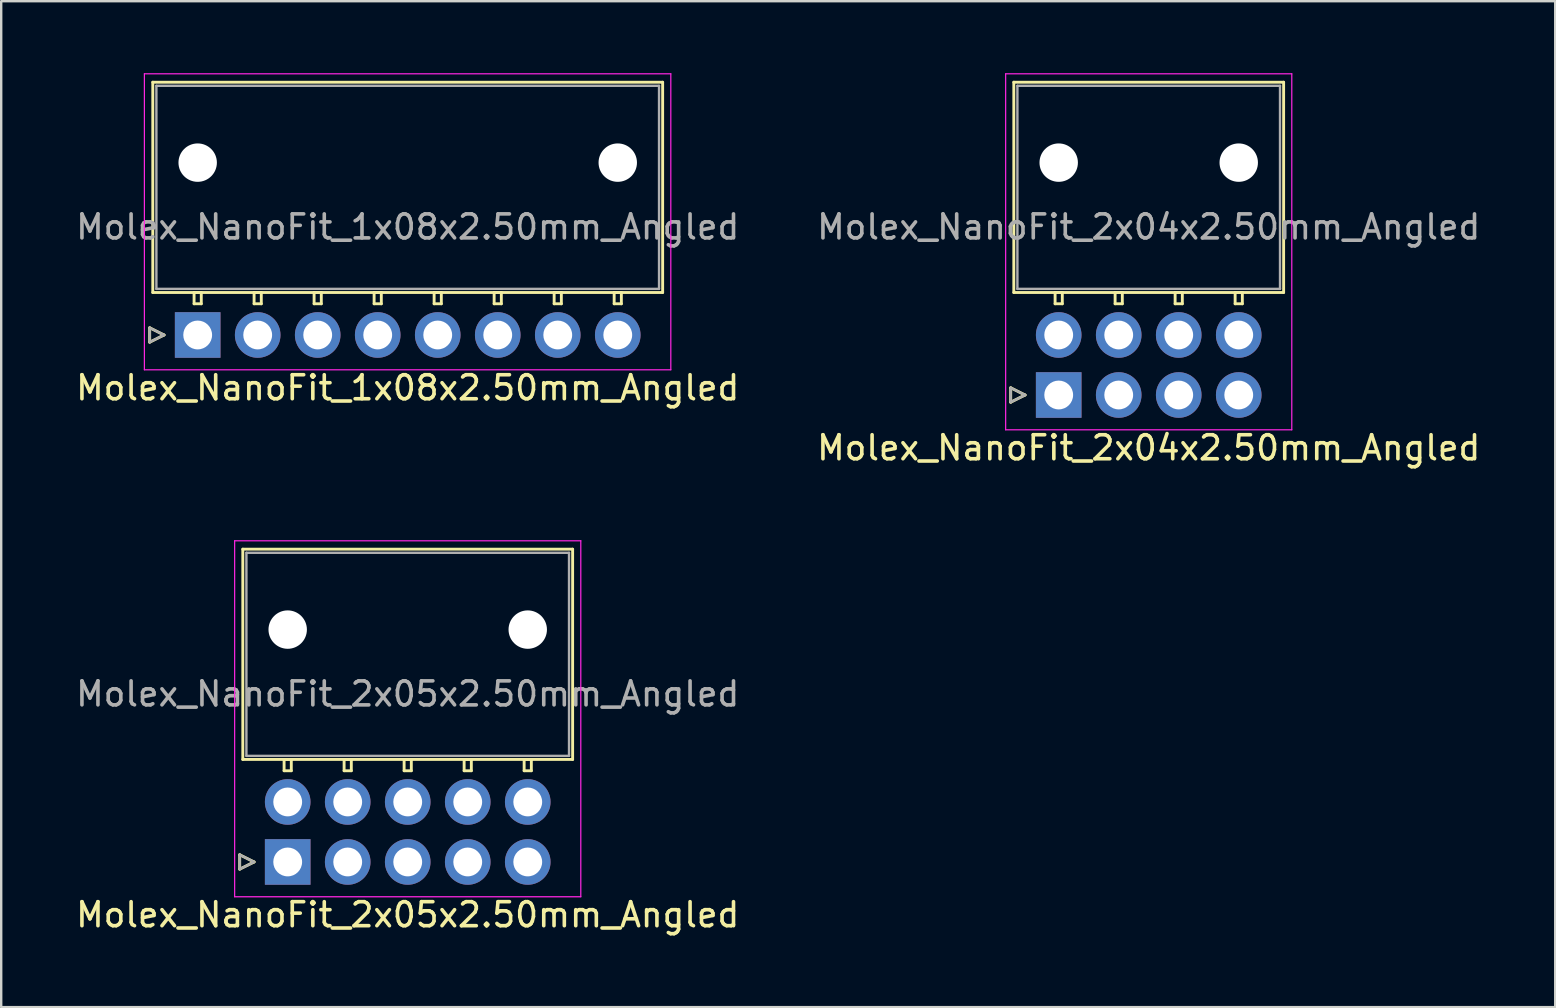
<source format=kicad_pcb>
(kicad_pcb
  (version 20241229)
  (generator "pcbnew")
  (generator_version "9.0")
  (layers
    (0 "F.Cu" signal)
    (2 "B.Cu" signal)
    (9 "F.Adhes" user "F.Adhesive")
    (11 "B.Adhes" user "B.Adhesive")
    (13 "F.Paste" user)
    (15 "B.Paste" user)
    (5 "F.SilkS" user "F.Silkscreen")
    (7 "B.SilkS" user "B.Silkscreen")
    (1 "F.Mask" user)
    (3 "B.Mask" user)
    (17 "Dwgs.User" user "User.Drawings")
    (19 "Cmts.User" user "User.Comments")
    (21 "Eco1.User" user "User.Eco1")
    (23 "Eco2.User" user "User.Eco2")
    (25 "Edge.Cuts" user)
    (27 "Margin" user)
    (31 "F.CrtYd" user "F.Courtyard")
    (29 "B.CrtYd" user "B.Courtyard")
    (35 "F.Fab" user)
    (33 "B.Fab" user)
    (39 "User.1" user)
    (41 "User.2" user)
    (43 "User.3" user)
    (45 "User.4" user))
  (footprint "Molex_NanoFit_2x04x2.50mm_Angled"
    (layer "F.Cu")
    (at 41.054 13.405)
    (property "Reference" "Molex_NanoFit_2x04x2.50mm_Angled" (at 3.75 2.2 0) (layer "F.SilkS") (effects (font (size 1 1) (thickness 0.15))))
    (attr through_hole)
    (fp_line (start -2 -0.3) (end -1.4 0) (stroke (width 0.12) (type solid)) (layer "F.SilkS"))
    (fp_line (start -2 0.3) (end -2 -0.3) (stroke (width 0.12) (type solid)) (layer "F.SilkS"))
    (fp_line (start -1.87 -13.03) (end -1.87 -4.27) (stroke (width 0.12) (type solid)) (layer "F.SilkS"))
    (fp_line (start -1.87 -4.27) (end 9.37 -4.27) (stroke (width 0.12) (type solid)) (layer "F.SilkS"))
    (fp_line (start -1.4 0) (end -2 0.3) (stroke (width 0.12) (type solid)) (layer "F.SilkS"))
    (fp_line (start -0.15 -4.27) (end -0.15 -3.8) (stroke (width 0.12) (type solid)) (layer "F.SilkS"))
    (fp_line (start -0.15 -3.8) (end 0.15 -3.8) (stroke (width 0.12) (type solid)) (layer "F.SilkS"))
    (fp_line (start 0.15 -4.27) (end -0.15 -4.27) (stroke (width 0.12) (type solid)) (layer "F.SilkS"))
    (fp_line (start 0.15 -3.8) (end 0.15 -4.27) (stroke (width 0.12) (type solid)) (layer "F.SilkS"))
    (fp_line (start 2.35 -4.27) (end 2.35 -3.8) (stroke (width 0.12) (type solid)) (layer "F.SilkS"))
    (fp_line (start 2.35 -3.8) (end 2.65 -3.8) (stroke (width 0.12) (type solid)) (layer "F.SilkS"))
    (fp_line (start 2.65 -4.27) (end 2.35 -4.27) (stroke (width 0.12) (type solid)) (layer "F.SilkS"))
    (fp_line (start 2.65 -3.8) (end 2.65 -4.27) (stroke (width 0.12) (type solid)) (layer "F.SilkS"))
    (fp_line (start 4.85 -4.27) (end 4.85 -3.8) (stroke (width 0.12) (type solid)) (layer "F.SilkS"))
    (fp_line (start 4.85 -3.8) (end 5.15 -3.8) (stroke (width 0.12) (type solid)) (layer "F.SilkS"))
    (fp_line (start 5.15 -4.27) (end 4.85 -4.27) (stroke (width 0.12) (type solid)) (layer "F.SilkS"))
    (fp_line (start 5.15 -3.8) (end 5.15 -4.27) (stroke (width 0.12) (type solid)) (layer "F.SilkS"))
    (fp_line (start 7.35 -4.27) (end 7.35 -3.8) (stroke (width 0.12) (type solid)) (layer "F.SilkS"))
    (fp_line (start 7.35 -3.8) (end 7.65 -3.8) (stroke (width 0.12) (type solid)) (layer "F.SilkS"))
    (fp_line (start 7.65 -4.27) (end 7.35 -4.27) (stroke (width 0.12) (type solid)) (layer "F.SilkS"))
    (fp_line (start 7.65 -3.8) (end 7.65 -4.27) (stroke (width 0.12) (type solid)) (layer "F.SilkS"))
    (fp_line (start 9.37 -13.03) (end -1.87 -13.03) (stroke (width 0.12) (type solid)) (layer "F.SilkS"))
    (fp_line (start 9.37 -4.27) (end 9.37 -13.03) (stroke (width 0.12) (type solid)) (layer "F.SilkS"))
    (fp_line (start -2.21 -13.38) (end -2.21 1.45) (stroke (width 0.05) (type solid)) (layer "F.CrtYd"))
    (fp_line (start -2.21 1.45) (end 9.71 1.45) (stroke (width 0.05) (type solid)) (layer "F.CrtYd"))
    (fp_line (start 9.71 -13.38) (end -2.21 -13.38) (stroke (width 0.05) (type solid)) (layer "F.CrtYd"))
    (fp_line (start 9.71 1.45) (end 9.71 -13.38) (stroke (width 0.05) (type solid)) (layer "F.CrtYd"))
    (fp_line (start -2 -0.3) (end -1.4 0) (stroke (width 0.1) (type solid)) (layer "F.Fab"))
    (fp_line (start -2 0.3) (end -2 -0.3) (stroke (width 0.1) (type solid)) (layer "F.Fab"))
    (fp_line (start -1.72 -12.88) (end -1.72 -4.42) (stroke (width 0.1) (type solid)) (layer "F.Fab"))
    (fp_line (start -1.72 -4.42) (end 9.22 -4.42) (stroke (width 0.1) (type solid)) (layer "F.Fab"))
    (fp_line (start -1.4 0) (end -2 0.3) (stroke (width 0.1) (type solid)) (layer "F.Fab"))
    (fp_line (start 9.22 -12.88) (end -1.72 -12.88) (stroke (width 0.1) (type solid)) (layer "F.Fab"))
    (fp_line (start 9.22 -4.42) (end 9.22 -12.88) (stroke (width 0.1) (type solid)) (layer "F.Fab"))
    (fp_text user "${REFERENCE}" (at 3.75 -7 0) (layer "F.Fab") (effects (font (size 1 1) (thickness 0.15))))
    (pad "" np_thru_hole circle (at 0 -9.68) (size 1.6 1.6) (drill 1.6) (layers "*.Cu" "*.Mask"))
    (pad "" np_thru_hole circle (at 7.5 -9.68) (size 1.6 1.6) (drill 1.6) (layers "*.Cu" "*.Mask"))
    (pad "1" thru_hole rect (at 0 0) (size 1.9 1.9) (drill 1.2) (layers "*.Cu" "*.Mask"))
    (pad "2" thru_hole circle (at 2.5 0) (size 1.9 1.9) (drill 1.2) (layers "*.Cu" "*.Mask"))
    (pad "3" thru_hole circle (at 5 0) (size 1.9 1.9) (drill 1.2) (layers "*.Cu" "*.Mask"))
    (pad "4" thru_hole circle (at 7.5 0) (size 1.9 1.9) (drill 1.2) (layers "*.Cu" "*.Mask"))
    (pad "5" thru_hole circle (at 0 -2.5) (size 1.9 1.9) (drill 1.2) (layers "*.Cu" "*.Mask"))
    (pad "6" thru_hole circle (at 2.5 -2.5) (size 1.9 1.9) (drill 1.2) (layers "*.Cu" "*.Mask"))
    (pad "7" thru_hole circle (at 5 -2.5) (size 1.9 1.9) (drill 1.2) (layers "*.Cu" "*.Mask"))
    (pad "8" thru_hole circle (at 7.5 -2.5) (size 1.9 1.9) (drill 1.2) (layers "*.Cu" "*.Mask")))
  (footprint "Molex_NanoFit_2x05x2.50mm_Angled"
    (layer "F.Cu")
    (at 8.935 32.858)
    (property "Reference" "Molex_NanoFit_2x05x2.50mm_Angled" (at 5 2.2 0) (layer "F.SilkS") (effects (font (size 1 1) (thickness 0.15))))
    (attr through_hole)
    (fp_line (start -2 -0.3) (end -1.4 0) (stroke (width 0.12) (type solid)) (layer "F.SilkS"))
    (fp_line (start -2 0.3) (end -2 -0.3) (stroke (width 0.12) (type solid)) (layer "F.SilkS"))
    (fp_line (start -1.87 -13.03) (end -1.87 -4.27) (stroke (width 0.12) (type solid)) (layer "F.SilkS"))
    (fp_line (start -1.87 -4.27) (end 11.87 -4.27) (stroke (width 0.12) (type solid)) (layer "F.SilkS"))
    (fp_line (start -1.4 0) (end -2 0.3) (stroke (width 0.12) (type solid)) (layer "F.SilkS"))
    (fp_line (start -0.15 -4.27) (end -0.15 -3.8) (stroke (width 0.12) (type solid)) (layer "F.SilkS"))
    (fp_line (start -0.15 -3.8) (end 0.15 -3.8) (stroke (width 0.12) (type solid)) (layer "F.SilkS"))
    (fp_line (start 0.15 -4.27) (end -0.15 -4.27) (stroke (width 0.12) (type solid)) (layer "F.SilkS"))
    (fp_line (start 0.15 -3.8) (end 0.15 -4.27) (stroke (width 0.12) (type solid)) (layer "F.SilkS"))
    (fp_line (start 2.35 -4.27) (end 2.35 -3.8) (stroke (width 0.12) (type solid)) (layer "F.SilkS"))
    (fp_line (start 2.35 -3.8) (end 2.65 -3.8) (stroke (width 0.12) (type solid)) (layer "F.SilkS"))
    (fp_line (start 2.65 -4.27) (end 2.35 -4.27) (stroke (width 0.12) (type solid)) (layer "F.SilkS"))
    (fp_line (start 2.65 -3.8) (end 2.65 -4.27) (stroke (width 0.12) (type solid)) (layer "F.SilkS"))
    (fp_line (start 4.85 -4.27) (end 4.85 -3.8) (stroke (width 0.12) (type solid)) (layer "F.SilkS"))
    (fp_line (start 4.85 -3.8) (end 5.15 -3.8) (stroke (width 0.12) (type solid)) (layer "F.SilkS"))
    (fp_line (start 5.15 -4.27) (end 4.85 -4.27) (stroke (width 0.12) (type solid)) (layer "F.SilkS"))
    (fp_line (start 5.15 -3.8) (end 5.15 -4.27) (stroke (width 0.12) (type solid)) (layer "F.SilkS"))
    (fp_line (start 7.35 -4.27) (end 7.35 -3.8) (stroke (width 0.12) (type solid)) (layer "F.SilkS"))
    (fp_line (start 7.35 -3.8) (end 7.65 -3.8) (stroke (width 0.12) (type solid)) (layer "F.SilkS"))
    (fp_line (start 7.65 -4.27) (end 7.35 -4.27) (stroke (width 0.12) (type solid)) (layer "F.SilkS"))
    (fp_line (start 7.65 -3.8) (end 7.65 -4.27) (stroke (width 0.12) (type solid)) (layer "F.SilkS"))
    (fp_line (start 9.85 -4.27) (end 9.85 -3.8) (stroke (width 0.12) (type solid)) (layer "F.SilkS"))
    (fp_line (start 9.85 -3.8) (end 10.15 -3.8) (stroke (width 0.12) (type solid)) (layer "F.SilkS"))
    (fp_line (start 10.15 -4.27) (end 9.85 -4.27) (stroke (width 0.12) (type solid)) (layer "F.SilkS"))
    (fp_line (start 10.15 -3.8) (end 10.15 -4.27) (stroke (width 0.12) (type solid)) (layer "F.SilkS"))
    (fp_line (start 11.87 -13.03) (end -1.87 -13.03) (stroke (width 0.12) (type solid)) (layer "F.SilkS"))
    (fp_line (start 11.87 -4.27) (end 11.87 -13.03) (stroke (width 0.12) (type solid)) (layer "F.SilkS"))
    (fp_line (start -2.21 -13.38) (end -2.21 1.45) (stroke (width 0.05) (type solid)) (layer "F.CrtYd"))
    (fp_line (start -2.21 1.45) (end 12.21 1.45) (stroke (width 0.05) (type solid)) (layer "F.CrtYd"))
    (fp_line (start 12.21 -13.38) (end -2.21 -13.38) (stroke (width 0.05) (type solid)) (layer "F.CrtYd"))
    (fp_line (start 12.21 1.45) (end 12.21 -13.38) (stroke (width 0.05) (type solid)) (layer "F.CrtYd"))
    (fp_line (start -2 -0.3) (end -1.4 0) (stroke (width 0.1) (type solid)) (layer "F.Fab"))
    (fp_line (start -2 0.3) (end -2 -0.3) (stroke (width 0.1) (type solid)) (layer "F.Fab"))
    (fp_line (start -1.72 -12.88) (end -1.72 -4.42) (stroke (width 0.1) (type solid)) (layer "F.Fab"))
    (fp_line (start -1.72 -4.42) (end 11.72 -4.42) (stroke (width 0.1) (type solid)) (layer "F.Fab"))
    (fp_line (start -1.4 0) (end -2 0.3) (stroke (width 0.1) (type solid)) (layer "F.Fab"))
    (fp_line (start 11.72 -12.88) (end -1.72 -12.88) (stroke (width 0.1) (type solid)) (layer "F.Fab"))
    (fp_line (start 11.72 -4.42) (end 11.72 -12.88) (stroke (width 0.1) (type solid)) (layer "F.Fab"))
    (fp_text user "${REFERENCE}" (at 5 -7 0) (layer "F.Fab") (effects (font (size 1 1) (thickness 0.15))))
    (pad "" np_thru_hole circle (at 0 -9.68) (size 1.6 1.6) (drill 1.6) (layers "*.Cu" "*.Mask"))
    (pad "" np_thru_hole circle (at 10 -9.68) (size 1.6 1.6) (drill 1.6) (layers "*.Cu" "*.Mask"))
    (pad "1" thru_hole rect (at 0 0) (size 1.9 1.9) (drill 1.2) (layers "*.Cu" "*.Mask"))
    (pad "2" thru_hole circle (at 2.5 0) (size 1.9 1.9) (drill 1.2) (layers "*.Cu" "*.Mask"))
    (pad "3" thru_hole circle (at 5 0) (size 1.9 1.9) (drill 1.2) (layers "*.Cu" "*.Mask"))
    (pad "4" thru_hole circle (at 7.5 0) (size 1.9 1.9) (drill 1.2) (layers "*.Cu" "*.Mask"))
    (pad "5" thru_hole circle (at 10 0) (size 1.9 1.9) (drill 1.2) (layers "*.Cu" "*.Mask"))
    (pad "6" thru_hole circle (at 0 -2.5) (size 1.9 1.9) (drill 1.2) (layers "*.Cu" "*.Mask"))
    (pad "7" thru_hole circle (at 2.5 -2.5) (size 1.9 1.9) (drill 1.2) (layers "*.Cu" "*.Mask"))
    (pad "8" thru_hole circle (at 5 -2.5) (size 1.9 1.9) (drill 1.2) (layers "*.Cu" "*.Mask"))
    (pad "9" thru_hole circle (at 7.5 -2.5) (size 1.9 1.9) (drill 1.2) (layers "*.Cu" "*.Mask"))
    (pad "10" thru_hole circle (at 10 -2.5) (size 1.9 1.9) (drill 1.2) (layers "*.Cu" "*.Mask")))
  (footprint "Molex_NanoFit_1x08x2.50mm_Angled"
    (layer "F.Cu")
    (at 5.185 10.905)
    (property "Reference" "Molex_NanoFit_1x08x2.50mm_Angled" (at 8.75 2.2 0) (layer "F.SilkS") (effects (font (size 1 1) (thickness 0.15))))
    (attr through_hole)
    (fp_line (start -2 -0.3) (end -1.4 0) (stroke (width 0.12) (type solid)) (layer "F.SilkS"))
    (fp_line (start -2 0.3) (end -2 -0.3) (stroke (width 0.12) (type solid)) (layer "F.SilkS"))
    (fp_line (start -1.87 -10.53) (end -1.87 -1.77) (stroke (width 0.12) (type solid)) (layer "F.SilkS"))
    (fp_line (start -1.87 -1.77) (end 19.37 -1.77) (stroke (width 0.12) (type solid)) (layer "F.SilkS"))
    (fp_line (start -1.4 0) (end -2 0.3) (stroke (width 0.12) (type solid)) (layer "F.SilkS"))
    (fp_line (start -0.15 -1.77) (end -0.15 -1.3) (stroke (width 0.12) (type solid)) (layer "F.SilkS"))
    (fp_line (start -0.15 -1.3) (end 0.15 -1.3) (stroke (width 0.12) (type solid)) (layer "F.SilkS"))
    (fp_line (start 0.15 -1.77) (end -0.15 -1.77) (stroke (width 0.12) (type solid)) (layer "F.SilkS"))
    (fp_line (start 0.15 -1.3) (end 0.15 -1.77) (stroke (width 0.12) (type solid)) (layer "F.SilkS"))
    (fp_line (start 2.35 -1.77) (end 2.35 -1.3) (stroke (width 0.12) (type solid)) (layer "F.SilkS"))
    (fp_line (start 2.35 -1.3) (end 2.65 -1.3) (stroke (width 0.12) (type solid)) (layer "F.SilkS"))
    (fp_line (start 2.65 -1.77) (end 2.35 -1.77) (stroke (width 0.12) (type solid)) (layer "F.SilkS"))
    (fp_line (start 2.65 -1.3) (end 2.65 -1.77) (stroke (width 0.12) (type solid)) (layer "F.SilkS"))
    (fp_line (start 4.85 -1.77) (end 4.85 -1.3) (stroke (width 0.12) (type solid)) (layer "F.SilkS"))
    (fp_line (start 4.85 -1.3) (end 5.15 -1.3) (stroke (width 0.12) (type solid)) (layer "F.SilkS"))
    (fp_line (start 5.15 -1.77) (end 4.85 -1.77) (stroke (width 0.12) (type solid)) (layer "F.SilkS"))
    (fp_line (start 5.15 -1.3) (end 5.15 -1.77) (stroke (width 0.12) (type solid)) (layer "F.SilkS"))
    (fp_line (start 7.35 -1.77) (end 7.35 -1.3) (stroke (width 0.12) (type solid)) (layer "F.SilkS"))
    (fp_line (start 7.35 -1.3) (end 7.65 -1.3) (stroke (width 0.12) (type solid)) (layer "F.SilkS"))
    (fp_line (start 7.65 -1.77) (end 7.35 -1.77) (stroke (width 0.12) (type solid)) (layer "F.SilkS"))
    (fp_line (start 7.65 -1.3) (end 7.65 -1.77) (stroke (width 0.12) (type solid)) (layer "F.SilkS"))
    (fp_line (start 9.85 -1.77) (end 9.85 -1.3) (stroke (width 0.12) (type solid)) (layer "F.SilkS"))
    (fp_line (start 9.85 -1.3) (end 10.15 -1.3) (stroke (width 0.12) (type solid)) (layer "F.SilkS"))
    (fp_line (start 10.15 -1.77) (end 9.85 -1.77) (stroke (width 0.12) (type solid)) (layer "F.SilkS"))
    (fp_line (start 10.15 -1.3) (end 10.15 -1.77) (stroke (width 0.12) (type solid)) (layer "F.SilkS"))
    (fp_line (start 12.35 -1.77) (end 12.35 -1.3) (stroke (width 0.12) (type solid)) (layer "F.SilkS"))
    (fp_line (start 12.35 -1.3) (end 12.65 -1.3) (stroke (width 0.12) (type solid)) (layer "F.SilkS"))
    (fp_line (start 12.65 -1.77) (end 12.35 -1.77) (stroke (width 0.12) (type solid)) (layer "F.SilkS"))
    (fp_line (start 12.65 -1.3) (end 12.65 -1.77) (stroke (width 0.12) (type solid)) (layer "F.SilkS"))
    (fp_line (start 14.85 -1.77) (end 14.85 -1.3) (stroke (width 0.12) (type solid)) (layer "F.SilkS"))
    (fp_line (start 14.85 -1.3) (end 15.15 -1.3) (stroke (width 0.12) (type solid)) (layer "F.SilkS"))
    (fp_line (start 15.15 -1.77) (end 14.85 -1.77) (stroke (width 0.12) (type solid)) (layer "F.SilkS"))
    (fp_line (start 15.15 -1.3) (end 15.15 -1.77) (stroke (width 0.12) (type solid)) (layer "F.SilkS"))
    (fp_line (start 17.35 -1.77) (end 17.35 -1.3) (stroke (width 0.12) (type solid)) (layer "F.SilkS"))
    (fp_line (start 17.35 -1.3) (end 17.65 -1.3) (stroke (width 0.12) (type solid)) (layer "F.SilkS"))
    (fp_line (start 17.65 -1.77) (end 17.35 -1.77) (stroke (width 0.12) (type solid)) (layer "F.SilkS"))
    (fp_line (start 17.65 -1.3) (end 17.65 -1.77) (stroke (width 0.12) (type solid)) (layer "F.SilkS"))
    (fp_line (start 19.37 -10.53) (end -1.87 -10.53) (stroke (width 0.12) (type solid)) (layer "F.SilkS"))
    (fp_line (start 19.37 -1.77) (end 19.37 -10.53) (stroke (width 0.12) (type solid)) (layer "F.SilkS"))
    (fp_line (start -2.22 -10.88) (end -2.22 1.45) (stroke (width 0.05) (type solid)) (layer "F.CrtYd"))
    (fp_line (start -2.22 1.45) (end 19.71 1.45) (stroke (width 0.05) (type solid)) (layer "F.CrtYd"))
    (fp_line (start 19.71 -10.88) (end -2.22 -10.88) (stroke (width 0.05) (type solid)) (layer "F.CrtYd"))
    (fp_line (start 19.71 1.45) (end 19.71 -10.88) (stroke (width 0.05) (type solid)) (layer "F.CrtYd"))
    (fp_line (start -2 -0.3) (end -1.4 0) (stroke (width 0.1) (type solid)) (layer "F.Fab"))
    (fp_line (start -2 0.3) (end -2 -0.3) (stroke (width 0.1) (type solid)) (layer "F.Fab"))
    (fp_line (start -1.72 -10.38) (end -1.72 -1.92) (stroke (width 0.1) (type solid)) (layer "F.Fab"))
    (fp_line (start -1.72 -1.92) (end 19.22 -1.92) (stroke (width 0.1) (type solid)) (layer "F.Fab"))
    (fp_line (start -1.4 0) (end -2 0.3) (stroke (width 0.1) (type solid)) (layer "F.Fab"))
    (fp_line (start 19.22 -10.38) (end -1.72 -10.38) (stroke (width 0.1) (type solid)) (layer "F.Fab"))
    (fp_line (start 19.22 -1.92) (end 19.22 -10.38) (stroke (width 0.1) (type solid)) (layer "F.Fab"))
    (fp_text user "${REFERENCE}" (at 8.75 -4.5 0) (layer "F.Fab") (effects (font (size 1 1) (thickness 0.15))))
    (pad "" np_thru_hole circle (at 0 -7.18) (size 1.6 1.6) (drill 1.6) (layers "*.Cu" "*.Mask"))
    (pad "" np_thru_hole circle (at 17.5 -7.18) (size 1.6 1.6) (drill 1.6) (layers "*.Cu" "*.Mask"))
    (pad "1" thru_hole rect (at 0 0) (size 1.9 1.9) (drill 1.2) (layers "*.Cu" "*.Mask"))
    (pad "2" thru_hole circle (at 2.5 0) (size 1.9 1.9) (drill 1.2) (layers "*.Cu" "*.Mask"))
    (pad "3" thru_hole circle (at 5 0) (size 1.9 1.9) (drill 1.2) (layers "*.Cu" "*.Mask"))
    (pad "4" thru_hole circle (at 7.5 0) (size 1.9 1.9) (drill 1.2) (layers "*.Cu" "*.Mask"))
    (pad "5" thru_hole circle (at 10 0) (size 1.9 1.9) (drill 1.2) (layers "*.Cu" "*.Mask"))
    (pad "6" thru_hole circle (at 12.5 0) (size 1.9 1.9) (drill 1.2) (layers "*.Cu" "*.Mask"))
    (pad "7" thru_hole circle (at 15 0) (size 1.9 1.9) (drill 1.2) (layers "*.Cu" "*.Mask"))
    (pad "8" thru_hole circle (at 17.5 0) (size 1.9 1.9) (drill 1.2) (layers "*.Cu" "*.Mask")))
  (gr_rect
    (start -3 -3)
    (end 61.738 38.907)
    (stroke (width 0.1) (type default))
    (fill no)
    (layer "Edge.Cuts")))
</source>
